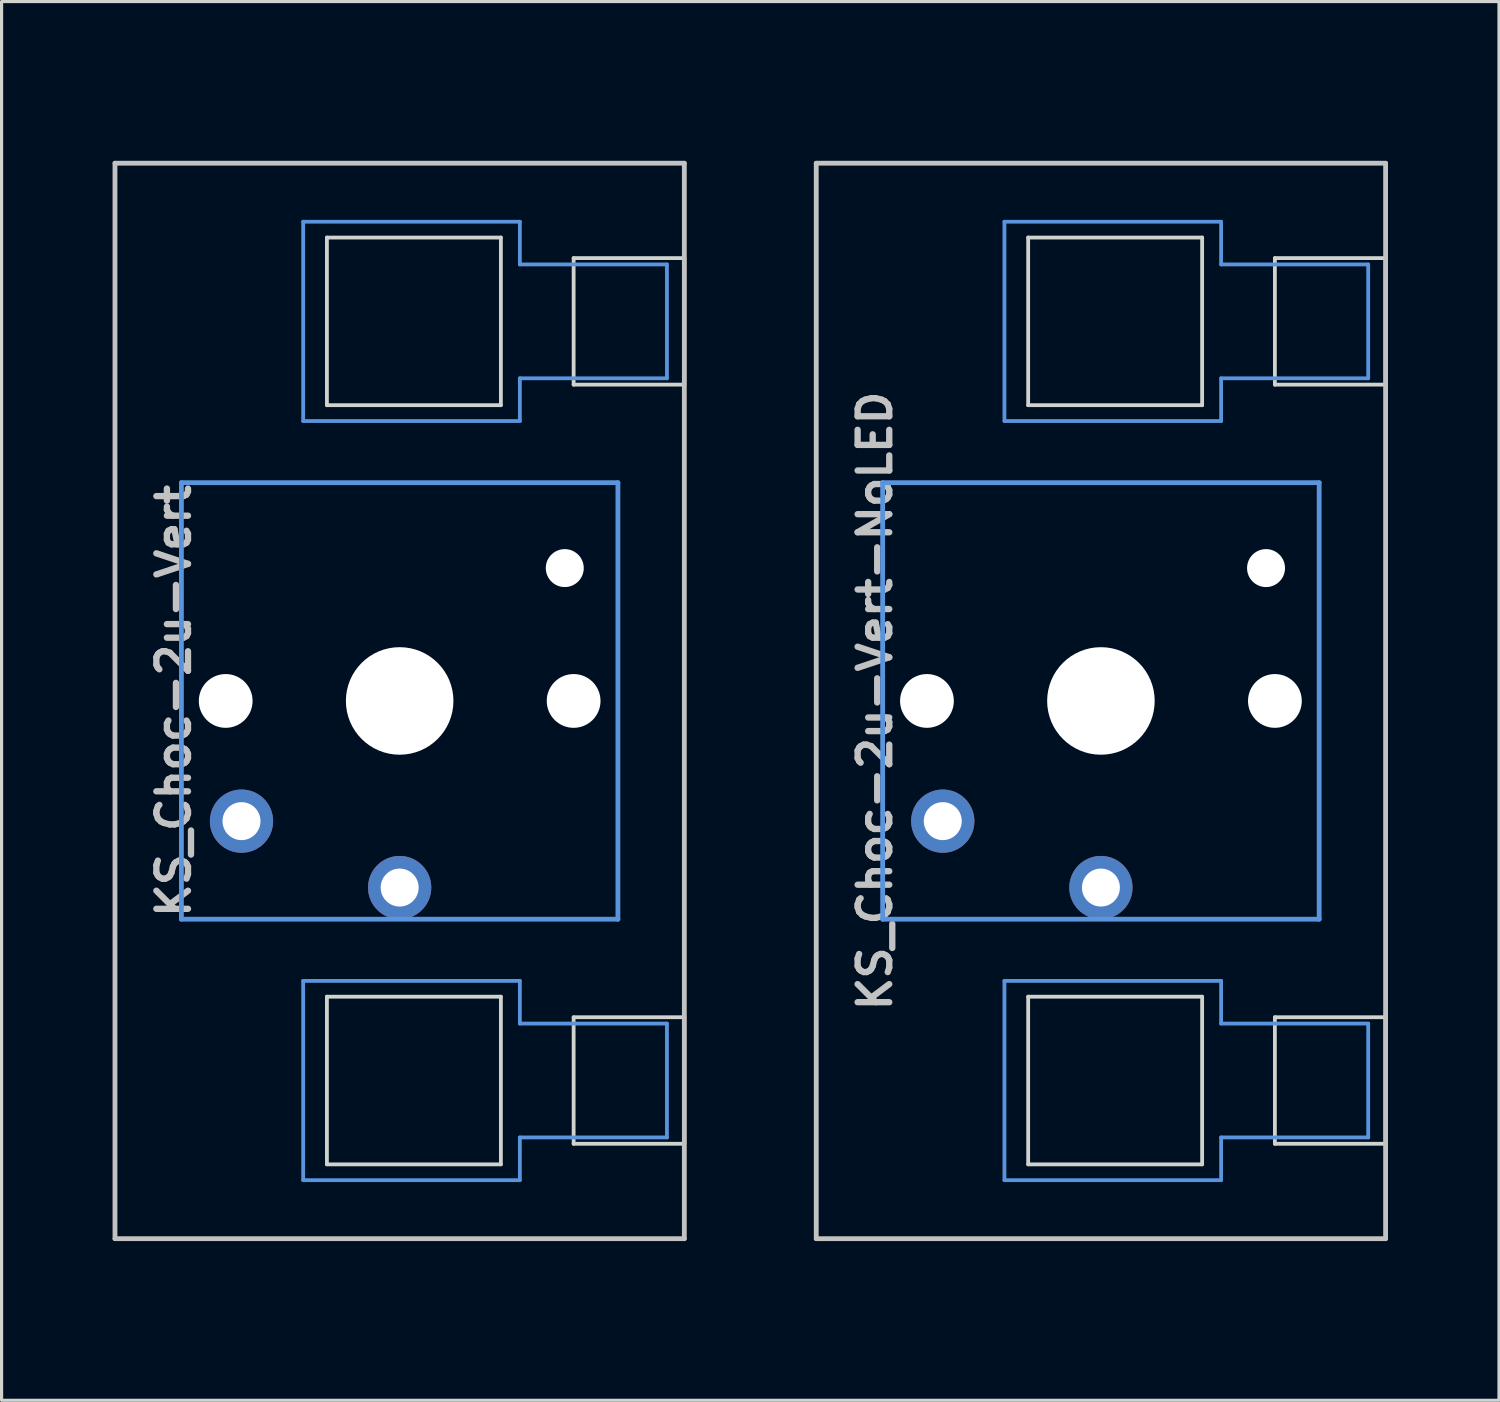
<source format=kicad_pcb>
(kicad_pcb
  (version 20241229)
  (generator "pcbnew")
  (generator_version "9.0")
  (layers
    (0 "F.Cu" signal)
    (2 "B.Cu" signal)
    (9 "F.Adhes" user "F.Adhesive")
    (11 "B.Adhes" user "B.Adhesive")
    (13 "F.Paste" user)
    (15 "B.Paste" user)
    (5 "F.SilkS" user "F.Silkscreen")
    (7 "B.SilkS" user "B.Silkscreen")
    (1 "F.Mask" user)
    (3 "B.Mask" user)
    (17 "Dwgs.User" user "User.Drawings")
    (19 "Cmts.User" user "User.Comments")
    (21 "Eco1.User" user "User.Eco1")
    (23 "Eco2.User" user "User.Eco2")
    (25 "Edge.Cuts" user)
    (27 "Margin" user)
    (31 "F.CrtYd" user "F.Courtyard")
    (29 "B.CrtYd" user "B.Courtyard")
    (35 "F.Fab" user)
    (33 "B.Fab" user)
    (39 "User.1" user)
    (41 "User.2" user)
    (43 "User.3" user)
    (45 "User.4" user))
  (footprint "KS_Choc-2u-Vert-NoLED"
    (layer "F.Cu")
    (at 31.755 19.11)
    (property "Reference" "KS_Choc-2u-Vert-NoLED" (at -7.144 0 270) (layer "Dwgs.User") (effects (font (size 1 1) (thickness 0.2))))
    (attr through_hole)
    (fp_line (start -9 -17) (end 9 -17) (stroke (width 0.152) (type solid)) (layer "Dwgs.User"))
    (fp_line (start -9 17) (end -9 -17) (stroke (width 0.152) (type solid)) (layer "Dwgs.User"))
    (fp_line (start 9 -17) (end 9 17) (stroke (width 0.152) (type solid)) (layer "Dwgs.User"))
    (fp_line (start 9 17) (end -9 17) (stroke (width 0.152) (type solid)) (layer "Dwgs.User"))
    (fp_line (start -6.9 -6.9) (end 6.9 -6.9) (stroke (width 0.152) (type solid)) (layer "Cmts.User"))
    (fp_line (start -6.9 6.9) (end -6.9 -6.9) (stroke (width 0.152) (type solid)) (layer "Cmts.User"))
    (fp_line (start -3.05 -15.15) (end -3.05 -8.85) (stroke (width 0.12) (type solid)) (layer "Cmts.User"))
    (fp_line (start -3.05 -15.15) (end 3.8 -15.15) (stroke (width 0.12) (type solid)) (layer "Cmts.User"))
    (fp_line (start -3.05 -8.85) (end 3.8 -8.85) (stroke (width 0.12) (type solid)) (layer "Cmts.User"))
    (fp_line (start -3.05 8.85) (end -3.05 15.15) (stroke (width 0.12) (type solid)) (layer "Cmts.User"))
    (fp_line (start -3.05 8.85) (end 3.8 8.85) (stroke (width 0.12) (type solid)) (layer "Cmts.User"))
    (fp_line (start -3.05 15.15) (end 3.8 15.15) (stroke (width 0.12) (type solid)) (layer "Cmts.User"))
    (fp_line (start 3.8 -15.15) (end 3.8 -13.8) (stroke (width 0.12) (type solid)) (layer "Cmts.User"))
    (fp_line (start 3.8 -10.2) (end 3.8 -8.85) (stroke (width 0.12) (type solid)) (layer "Cmts.User"))
    (fp_line (start 3.8 8.85) (end 3.8 10.2) (stroke (width 0.12) (type solid)) (layer "Cmts.User"))
    (fp_line (start 3.8 13.8) (end 3.8 15.15) (stroke (width 0.12) (type solid)) (layer "Cmts.User"))
    (fp_line (start 6.9 -6.9) (end 6.9 6.9) (stroke (width 0.152) (type solid)) (layer "Cmts.User"))
    (fp_line (start 6.9 6.9) (end -6.9 6.9) (stroke (width 0.152) (type solid)) (layer "Cmts.User"))
    (fp_line (start 8.45 -13.8) (end 3.8 -13.8) (stroke (width 0.12) (type solid)) (layer "Cmts.User"))
    (fp_line (start 8.45 -13.8) (end 8.45 -10.2) (stroke (width 0.12) (type solid)) (layer "Cmts.User"))
    (fp_line (start 8.45 -10.2) (end 3.8 -10.2) (stroke (width 0.12) (type solid)) (layer "Cmts.User"))
    (fp_line (start 8.45 10.2) (end 3.8 10.2) (stroke (width 0.12) (type solid)) (layer "Cmts.User"))
    (fp_line (start 8.45 10.2) (end 8.45 13.8) (stroke (width 0.12) (type solid)) (layer "Cmts.User"))
    (fp_line (start 8.45 13.8) (end 3.8 13.8) (stroke (width 0.12) (type solid)) (layer "Cmts.User"))
    (fp_line (start -9.525 -19.05) (end -9.525 19.05) (stroke (width 0.12) (type solid)) (layer "Eco1.User"))
    (fp_line (start 9.525 -19.05) (end -9.525 -19.05) (stroke (width 0.12) (type solid)) (layer "Eco1.User"))
    (fp_line (start 9.525 -19.05) (end 9.525 19.05) (stroke (width 0.12) (type solid)) (layer "Eco1.User"))
    (fp_line (start 9.525 19.05) (end -9.525 19.05) (stroke (width 0.12) (type solid)) (layer "Eco1.User"))
    (fp_line (start -7.5 -7.5) (end 7.5 -7.5) (stroke (width 0.152) (type solid)) (layer "Eco2.User"))
    (fp_line (start -7.5 7.5) (end -7.5 -7.5) (stroke (width 0.152) (type solid)) (layer "Eco2.User"))
    (fp_line (start 7.5 -7.5) (end 7.5 7.5) (stroke (width 0.152) (type solid)) (layer "Eco2.User"))
    (fp_line (start 7.5 7.5) (end -7.5 7.5) (stroke (width 0.152) (type solid)) (layer "Eco2.User"))
    (fp_line (start -2.3 -14.65) (end -2.3 -9.35) (stroke (width 0.12) (type solid)) (layer "Edge.Cuts"))
    (fp_line (start -2.3 -9.35) (end 3.2 -9.35) (stroke (width 0.12) (type solid)) (layer "Edge.Cuts"))
    (fp_line (start -2.3 9.35) (end -2.3 14.65) (stroke (width 0.12) (type solid)) (layer "Edge.Cuts"))
    (fp_line (start -2.3 14.65) (end 3.2 14.65) (stroke (width 0.12) (type solid)) (layer "Edge.Cuts"))
    (fp_line (start 3.2 -14.65) (end -2.3 -14.65) (stroke (width 0.12) (type solid)) (layer "Edge.Cuts"))
    (fp_line (start 3.2 -14.65) (end 3.2 -9.35) (stroke (width 0.12) (type solid)) (layer "Edge.Cuts"))
    (fp_line (start 3.2 9.35) (end -2.3 9.35) (stroke (width 0.12) (type solid)) (layer "Edge.Cuts"))
    (fp_line (start 3.2 9.35) (end 3.2 14.65) (stroke (width 0.12) (type solid)) (layer "Edge.Cuts"))
    (fp_line (start 5.5 -14) (end 5.5 -10) (stroke (width 0.12) (type solid)) (layer "Edge.Cuts"))
    (fp_line (start 5.5 -10) (end 9 -10) (stroke (width 0.12) (type solid)) (layer "Edge.Cuts"))
    (fp_line (start 5.5 10) (end 5.5 14) (stroke (width 0.12) (type solid)) (layer "Edge.Cuts"))
    (fp_line (start 5.5 14) (end 9 14) (stroke (width 0.12) (type solid)) (layer "Edge.Cuts"))
    (fp_line (start 9 -14) (end 5.5 -14) (stroke (width 0.12) (type solid)) (layer "Edge.Cuts"))
    (fp_line (start 9 -14) (end 9 -10) (stroke (width 0.12) (type solid)) (layer "Edge.Cuts"))
    (fp_line (start 9 10) (end 5.5 10) (stroke (width 0.12) (type solid)) (layer "Edge.Cuts"))
    (fp_line (start 9 10) (end 9 14) (stroke (width 0.12) (type solid)) (layer "Edge.Cuts"))
    (pad "" np_thru_hole circle (at -5.5 0 180) (size 1.7 1.7) (drill 1.7) (layers "*.Cu" "*.Mask"))
    (pad "" np_thru_hole circle (at 0 0 270) (size 3.4 3.4) (drill 3.4) (layers "*.Cu" "*.Mask"))
    (pad "" np_thru_hole circle (at 5.22 -4.2 180) (size 1.2 1.2) (drill 1.2) (layers "*.Cu" "*.Mask"))
    (pad "" np_thru_hole circle (at 5.5 0 180) (size 1.7 1.7) (drill 1.7) (layers "*.Cu" "*.Mask"))
    (pad "1" thru_hole circle (at 0 5.9 180) (size 2 2) (drill 1.2) (layers "*.Cu" "*.Mask"))
    (pad "2" thru_hole circle (at -5 3.8 41.9) (size 2 2) (drill 1.2) (layers "*.Cu" "*.Mask")))
  (footprint "KS_Choc-2u-Vert"
    (layer "F.Cu")
    (at 9.585 19.11)
    (property "Reference" "KS_Choc-2u-Vert" (at -7.144 0 270) (layer "Dwgs.User") (effects (font (size 1 1) (thickness 0.2))))
    (attr through_hole)
    (fp_line (start -9 -17) (end 9 -17) (stroke (width 0.152) (type solid)) (layer "Dwgs.User"))
    (fp_line (start -9 17) (end -9 -17) (stroke (width 0.152) (type solid)) (layer "Dwgs.User"))
    (fp_line (start 9 -17) (end 9 17) (stroke (width 0.152) (type solid)) (layer "Dwgs.User"))
    (fp_line (start 9 17) (end -9 17) (stroke (width 0.152) (type solid)) (layer "Dwgs.User"))
    (fp_line (start -6.9 -6.9) (end 6.9 -6.9) (stroke (width 0.152) (type solid)) (layer "Cmts.User"))
    (fp_line (start -6.9 6.9) (end -6.9 -6.9) (stroke (width 0.152) (type solid)) (layer "Cmts.User"))
    (fp_line (start -3.05 -15.15) (end -3.05 -8.85) (stroke (width 0.12) (type solid)) (layer "Cmts.User"))
    (fp_line (start -3.05 -15.15) (end 3.8 -15.15) (stroke (width 0.12) (type solid)) (layer "Cmts.User"))
    (fp_line (start -3.05 -8.85) (end 3.8 -8.85) (stroke (width 0.12) (type solid)) (layer "Cmts.User"))
    (fp_line (start -3.05 8.85) (end -3.05 15.15) (stroke (width 0.12) (type solid)) (layer "Cmts.User"))
    (fp_line (start -3.05 8.85) (end 3.8 8.85) (stroke (width 0.12) (type solid)) (layer "Cmts.User"))
    (fp_line (start -3.05 15.15) (end 3.8 15.15) (stroke (width 0.12) (type solid)) (layer "Cmts.User"))
    (fp_line (start 3.8 -15.15) (end 3.8 -13.8) (stroke (width 0.12) (type solid)) (layer "Cmts.User"))
    (fp_line (start 3.8 -10.2) (end 3.8 -8.85) (stroke (width 0.12) (type solid)) (layer "Cmts.User"))
    (fp_line (start 3.8 8.85) (end 3.8 10.2) (stroke (width 0.12) (type solid)) (layer "Cmts.User"))
    (fp_line (start 3.8 13.8) (end 3.8 15.15) (stroke (width 0.12) (type solid)) (layer "Cmts.User"))
    (fp_line (start 6.9 -6.9) (end 6.9 6.9) (stroke (width 0.152) (type solid)) (layer "Cmts.User"))
    (fp_line (start 6.9 6.9) (end -6.9 6.9) (stroke (width 0.152) (type solid)) (layer "Cmts.User"))
    (fp_line (start 8.45 -13.8) (end 3.8 -13.8) (stroke (width 0.12) (type solid)) (layer "Cmts.User"))
    (fp_line (start 8.45 -13.8) (end 8.45 -10.2) (stroke (width 0.12) (type solid)) (layer "Cmts.User"))
    (fp_line (start 8.45 -10.2) (end 3.8 -10.2) (stroke (width 0.12) (type solid)) (layer "Cmts.User"))
    (fp_line (start 8.45 10.2) (end 3.8 10.2) (stroke (width 0.12) (type solid)) (layer "Cmts.User"))
    (fp_line (start 8.45 10.2) (end 8.45 13.8) (stroke (width 0.12) (type solid)) (layer "Cmts.User"))
    (fp_line (start 8.45 13.8) (end 3.8 13.8) (stroke (width 0.12) (type solid)) (layer "Cmts.User"))
    (fp_line (start -9.525 -19.05) (end -9.525 19.05) (stroke (width 0.12) (type solid)) (layer "Eco1.User"))
    (fp_line (start 9.525 -19.05) (end -9.525 -19.05) (stroke (width 0.12) (type solid)) (layer "Eco1.User"))
    (fp_line (start 9.525 -19.05) (end 9.525 19.05) (stroke (width 0.12) (type solid)) (layer "Eco1.User"))
    (fp_line (start 9.525 19.05) (end -9.525 19.05) (stroke (width 0.12) (type solid)) (layer "Eco1.User"))
    (fp_line (start -7.5 -7.5) (end 7.5 -7.5) (stroke (width 0.152) (type solid)) (layer "Eco2.User"))
    (fp_line (start -7.5 7.5) (end -7.5 -7.5) (stroke (width 0.152) (type solid)) (layer "Eco2.User"))
    (fp_line (start 7.5 -7.5) (end 7.5 7.5) (stroke (width 0.152) (type solid)) (layer "Eco2.User"))
    (fp_line (start 7.5 7.5) (end -7.5 7.5) (stroke (width 0.152) (type solid)) (layer "Eco2.User"))
    (fp_line (start -2.3 -14.65) (end -2.3 -9.35) (stroke (width 0.12) (type solid)) (layer "Edge.Cuts"))
    (fp_line (start -2.3 -9.35) (end 3.2 -9.35) (stroke (width 0.12) (type solid)) (layer "Edge.Cuts"))
    (fp_line (start -2.3 9.35) (end -2.3 14.65) (stroke (width 0.12) (type solid)) (layer "Edge.Cuts"))
    (fp_line (start -2.3 14.65) (end 3.2 14.65) (stroke (width 0.12) (type solid)) (layer "Edge.Cuts"))
    (fp_line (start 3.2 -14.65) (end -2.3 -14.65) (stroke (width 0.12) (type solid)) (layer "Edge.Cuts"))
    (fp_line (start 3.2 -14.65) (end 3.2 -9.35) (stroke (width 0.12) (type solid)) (layer "Edge.Cuts"))
    (fp_line (start 3.2 9.35) (end -2.3 9.35) (stroke (width 0.12) (type solid)) (layer "Edge.Cuts"))
    (fp_line (start 3.2 9.35) (end 3.2 14.65) (stroke (width 0.12) (type solid)) (layer "Edge.Cuts"))
    (fp_line (start 5.5 -14) (end 5.5 -10) (stroke (width 0.12) (type solid)) (layer "Edge.Cuts"))
    (fp_line (start 5.5 -10) (end 9 -10) (stroke (width 0.12) (type solid)) (layer "Edge.Cuts"))
    (fp_line (start 5.5 10) (end 5.5 14) (stroke (width 0.12) (type solid)) (layer "Edge.Cuts"))
    (fp_line (start 5.5 14) (end 9 14) (stroke (width 0.12) (type solid)) (layer "Edge.Cuts"))
    (fp_line (start 9 -14) (end 5.5 -14) (stroke (width 0.12) (type solid)) (layer "Edge.Cuts"))
    (fp_line (start 9 -14) (end 9 -10) (stroke (width 0.12) (type solid)) (layer "Edge.Cuts"))
    (fp_line (start 9 10) (end 5.5 10) (stroke (width 0.12) (type solid)) (layer "Edge.Cuts"))
    (fp_line (start 9 10) (end 9 14) (stroke (width 0.12) (type solid)) (layer "Edge.Cuts"))
    (pad "" np_thru_hole circle (at -5.5 0 180) (size 1.7 1.7) (drill 1.7) (layers "*.Cu" "*.Mask"))
    (pad "" np_thru_hole circle (at 0 0 270) (size 3.4 3.4) (drill 3.4) (layers "*.Cu" "*.Mask"))
    (pad "" np_thru_hole circle (at 5.22 -4.2 180) (size 1.2 1.2) (drill 1.2) (layers "*.Cu" "*.Mask"))
    (pad "" np_thru_hole circle (at 5.5 0 180) (size 1.7 1.7) (drill 1.7) (layers "*.Cu" "*.Mask"))
    (pad "1" thru_hole circle (at 0 5.9 180) (size 2 2) (drill 1.2) (layers "*.Cu" "*.Mask"))
    (pad "2" thru_hole circle (at -5 3.8 41.9) (size 2 2) (drill 1.2) (layers "*.Cu" "*.Mask")))
  (gr_rect
    (start -3 -3)
    (end 44.34 41.22)
    (stroke (width 0.1) (type default))
    (fill no)
    (layer "Edge.Cuts")))
</source>
